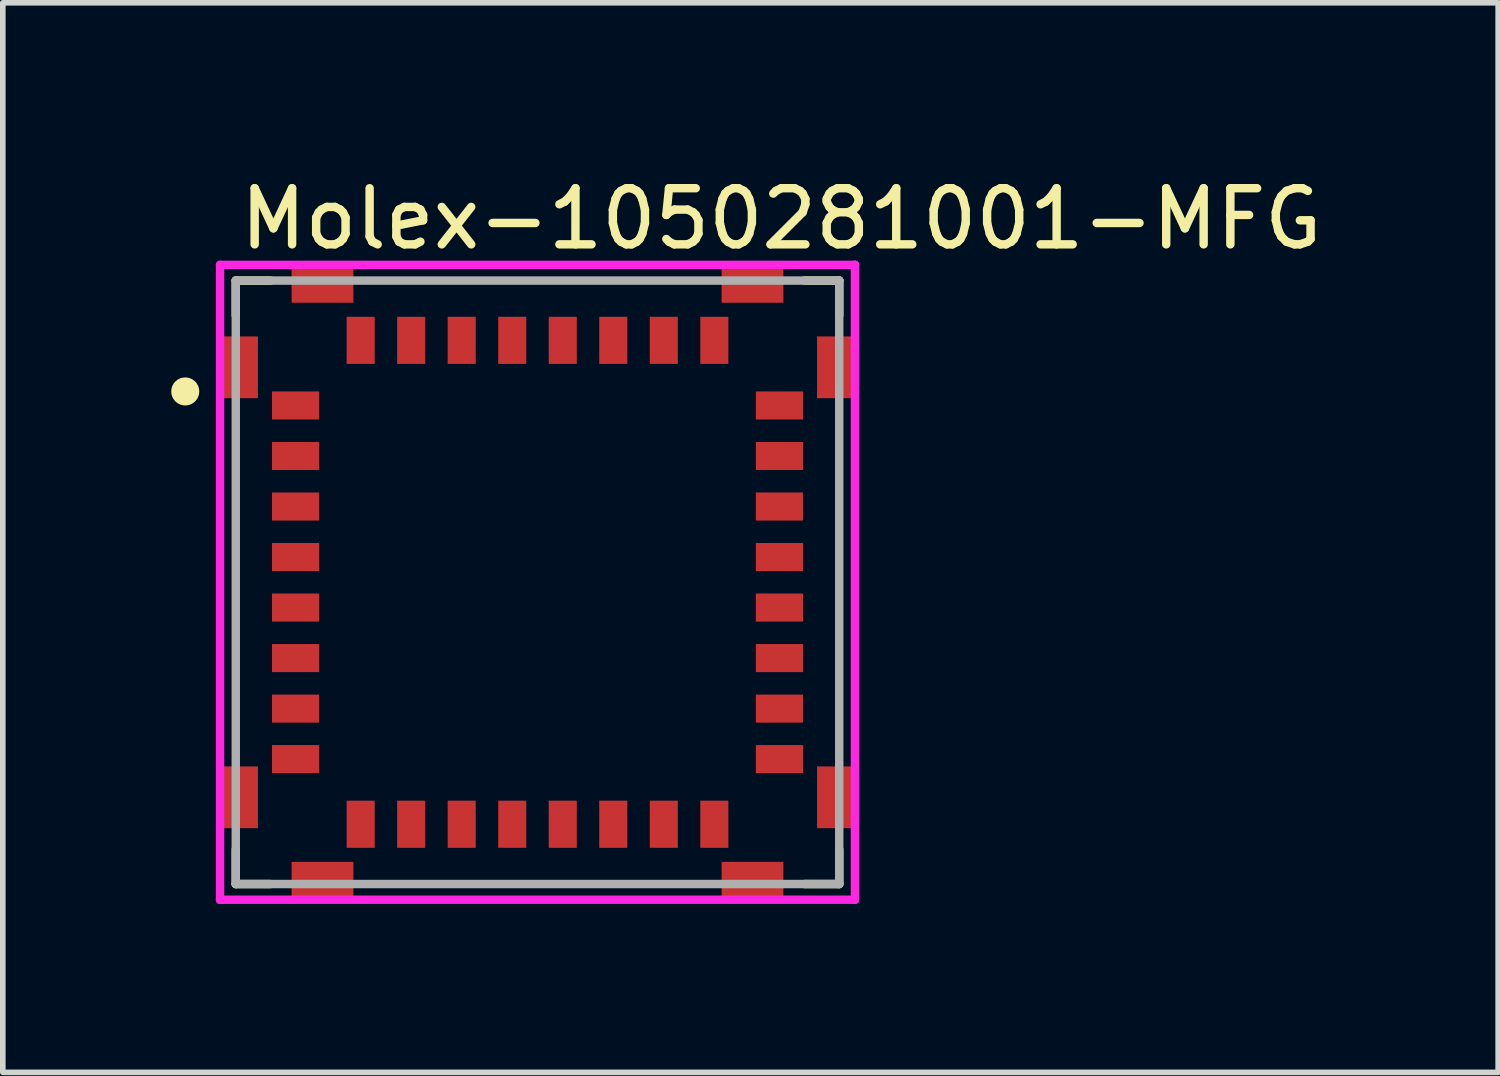
<source format=kicad_pcb>
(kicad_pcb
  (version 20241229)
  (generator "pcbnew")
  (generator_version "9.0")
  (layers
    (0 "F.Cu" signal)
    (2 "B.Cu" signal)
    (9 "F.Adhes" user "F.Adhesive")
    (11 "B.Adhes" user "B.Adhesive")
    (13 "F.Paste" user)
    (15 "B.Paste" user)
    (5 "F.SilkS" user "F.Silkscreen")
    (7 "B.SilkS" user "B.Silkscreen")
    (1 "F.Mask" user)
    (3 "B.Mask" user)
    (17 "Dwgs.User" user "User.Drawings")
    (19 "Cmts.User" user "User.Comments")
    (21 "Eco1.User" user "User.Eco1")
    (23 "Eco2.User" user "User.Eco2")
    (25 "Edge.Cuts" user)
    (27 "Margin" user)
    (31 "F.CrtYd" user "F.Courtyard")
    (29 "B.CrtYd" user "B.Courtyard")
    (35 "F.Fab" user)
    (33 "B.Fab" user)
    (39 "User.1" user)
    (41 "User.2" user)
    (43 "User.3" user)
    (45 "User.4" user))
  (footprint "Molex-1050281001-MFG"
    (layer "F.Cu")
    (at 6.525 7.323)
    (property "Reference" "Molex-1050281001-MFG" (at -5.375 -6.475 0) (layer "F.SilkS") (effects (font (size 1 1) (thickness 0.15)) (justify left)))
    (attr through_hole)
    (fp_line (start -5.375 -5.375) (end -4.755 -5.375) (stroke (width 0.15) (type solid)) (layer "F.SilkS"))
    (fp_line (start -5.375 -4.755) (end -5.375 -5.375) (stroke (width 0.15) (type solid)) (layer "F.SilkS"))
    (fp_line (start -5.375 5.375) (end -5.375 4.755) (stroke (width 0.15) (type solid)) (layer "F.SilkS"))
    (fp_line (start -5.375 5.375) (end -4.755 5.375) (stroke (width 0.15) (type solid)) (layer "F.SilkS"))
    (fp_line (start 4.755 -5.375) (end 5.375 -5.375) (stroke (width 0.15) (type solid)) (layer "F.SilkS"))
    (fp_line (start 4.755 5.375) (end 5.375 5.375) (stroke (width 0.15) (type solid)) (layer "F.SilkS"))
    (fp_line (start 5.375 -4.755) (end 5.375 -5.375) (stroke (width 0.15) (type solid)) (layer "F.SilkS"))
    (fp_line (start 5.375 5.375) (end 5.375 4.755) (stroke (width 0.15) (type solid)) (layer "F.SilkS"))
    (fp_circle (center -6.275 -3.4) (end -6.15 -3.4) (stroke (width 0.25) (type solid)) (fill no) (layer "F.SilkS"))
    (fp_line (start -5.655 -5.655) (end -5.655 5.655) (stroke (width 0.15) (type solid)) (layer "F.CrtYd"))
    (fp_line (start -5.655 5.655) (end 5.655 5.655) (stroke (width 0.15) (type solid)) (layer "F.CrtYd"))
    (fp_line (start 5.655 -5.655) (end -5.655 -5.655) (stroke (width 0.15) (type solid)) (layer "F.CrtYd"))
    (fp_line (start 5.655 -5.655) (end 5.655 -5.655) (stroke (width 0.15) (type solid)) (layer "F.CrtYd"))
    (fp_line (start 5.655 5.655) (end 5.655 -5.655) (stroke (width 0.15) (type solid)) (layer "F.CrtYd"))
    (fp_line (start -5.375 -5.375) (end 5.375 -5.375) (stroke (width 0.15) (type solid)) (layer "F.Fab"))
    (fp_line (start -5.375 5.375) (end -5.375 -5.375) (stroke (width 0.15) (type solid)) (layer "F.Fab"))
    (fp_line (start 5.375 -5.375) (end 5.375 5.375) (stroke (width 0.15) (type solid)) (layer "F.Fab"))
    (fp_line (start 5.375 5.375) (end -5.375 5.375) (stroke (width 0.15) (type solid)) (layer "F.Fab"))
    (pad "1" smd rect (at -5.305 -3.83) (size 0.65 1.1) (layers "F.Cu" "F.Mask" "F.Paste"))
    (pad "1" smd rect (at -5.305 3.83) (size 0.65 1.1) (layers "F.Cu" "F.Mask" "F.Paste"))
    (pad "1" smd rect (at -4.31 -3.15) (size 0.84 0.5) (layers "F.Cu" "F.Mask" "F.Paste"))
    (pad "1" smd rect (at -3.83 -5.305) (size 1.1 0.65) (layers "F.Cu" "F.Mask" "F.Paste"))
    (pad "1" smd rect (at -3.83 5.305) (size 1.1 0.65) (layers "F.Cu" "F.Mask" "F.Paste"))
    (pad "1" smd rect (at 3.83 -5.305) (size 1.1 0.65) (layers "F.Cu" "F.Mask" "F.Paste"))
    (pad "1" smd rect (at 3.83 5.305) (size 1.1 0.65) (layers "F.Cu" "F.Mask" "F.Paste"))
    (pad "1" smd rect (at 5.305 -3.83) (size 0.65 1.1) (layers "F.Cu" "F.Mask" "F.Paste"))
    (pad "1" smd rect (at 5.305 3.83) (size 0.65 1.1) (layers "F.Cu" "F.Mask" "F.Paste"))
    (pad "2" smd rect (at -4.31 -2.25) (size 0.84 0.5) (layers "F.Cu" "F.Mask" "F.Paste"))
    (pad "3" smd rect (at -4.31 -1.35) (size 0.84 0.5) (layers "F.Cu" "F.Mask" "F.Paste"))
    (pad "4" smd rect (at -4.31 -0.45) (size 0.84 0.5) (layers "F.Cu" "F.Mask" "F.Paste"))
    (pad "5" smd rect (at -4.31 0.45) (size 0.84 0.5) (layers "F.Cu" "F.Mask" "F.Paste"))
    (pad "6" smd rect (at -4.31 1.35) (size 0.84 0.5) (layers "F.Cu" "F.Mask" "F.Paste"))
    (pad "7" smd rect (at -4.31 2.25) (size 0.84 0.5) (layers "F.Cu" "F.Mask" "F.Paste"))
    (pad "8" smd rect (at -4.31 3.15) (size 0.84 0.5) (layers "F.Cu" "F.Mask" "F.Paste"))
    (pad "9" smd rect (at -3.15 4.31) (size 0.5 0.84) (layers "F.Cu" "F.Mask" "F.Paste"))
    (pad "10" smd rect (at -2.25 4.31) (size 0.5 0.84) (layers "F.Cu" "F.Mask" "F.Paste"))
    (pad "11" smd rect (at -1.35 4.31) (size 0.5 0.84) (layers "F.Cu" "F.Mask" "F.Paste"))
    (pad "12" smd rect (at -0.45 4.31) (size 0.5 0.84) (layers "F.Cu" "F.Mask" "F.Paste"))
    (pad "13" smd rect (at 0.45 4.31) (size 0.5 0.84) (layers "F.Cu" "F.Mask" "F.Paste"))
    (pad "14" smd rect (at 1.35 4.31) (size 0.5 0.84) (layers "F.Cu" "F.Mask" "F.Paste"))
    (pad "15" smd rect (at 2.25 4.31) (size 0.5 0.84) (layers "F.Cu" "F.Mask" "F.Paste"))
    (pad "16" smd rect (at 3.15 4.31) (size 0.5 0.84) (layers "F.Cu" "F.Mask" "F.Paste"))
    (pad "17" smd rect (at 4.31 3.15) (size 0.84 0.5) (layers "F.Cu" "F.Mask" "F.Paste"))
    (pad "18" smd rect (at 4.31 2.25) (size 0.84 0.5) (layers "F.Cu" "F.Mask" "F.Paste"))
    (pad "19" smd rect (at 4.31 1.35) (size 0.84 0.5) (layers "F.Cu" "F.Mask" "F.Paste"))
    (pad "20" smd rect (at 4.31 0.45) (size 0.84 0.5) (layers "F.Cu" "F.Mask" "F.Paste"))
    (pad "21" smd rect (at 4.31 -0.45) (size 0.84 0.5) (layers "F.Cu" "F.Mask" "F.Paste"))
    (pad "22" smd rect (at 4.31 -1.35) (size 0.84 0.5) (layers "F.Cu" "F.Mask" "F.Paste"))
    (pad "23" smd rect (at 4.31 -2.25) (size 0.84 0.5) (layers "F.Cu" "F.Mask" "F.Paste"))
    (pad "24" smd rect (at 4.31 -3.15) (size 0.84 0.5) (layers "F.Cu" "F.Mask" "F.Paste"))
    (pad "25" smd rect (at 3.15 -4.31) (size 0.5 0.84) (layers "F.Cu" "F.Mask" "F.Paste"))
    (pad "26" smd rect (at 2.25 -4.31) (size 0.5 0.84) (layers "F.Cu" "F.Mask" "F.Paste"))
    (pad "27" smd rect (at 1.35 -4.31) (size 0.5 0.84) (layers "F.Cu" "F.Mask" "F.Paste"))
    (pad "28" smd rect (at 0.45 -4.31) (size 0.5 0.84) (layers "F.Cu" "F.Mask" "F.Paste"))
    (pad "29" smd rect (at -0.45 -4.31) (size 0.5 0.84) (layers "F.Cu" "F.Mask" "F.Paste"))
    (pad "30" smd rect (at -1.35 -4.31) (size 0.5 0.84) (layers "F.Cu" "F.Mask" "F.Paste"))
    (pad "31" smd rect (at -2.25 -4.31) (size 0.5 0.84) (layers "F.Cu" "F.Mask" "F.Paste"))
    (pad "32" smd rect (at -3.15 -4.31) (size 0.5 0.84) (layers "F.Cu" "F.Mask" "F.Paste")))
  (gr_rect
    (start -3 -3)
    (end 23.638 16.053)
    (stroke (width 0.1) (type default))
    (fill no)
    (layer "Edge.Cuts")))
</source>
